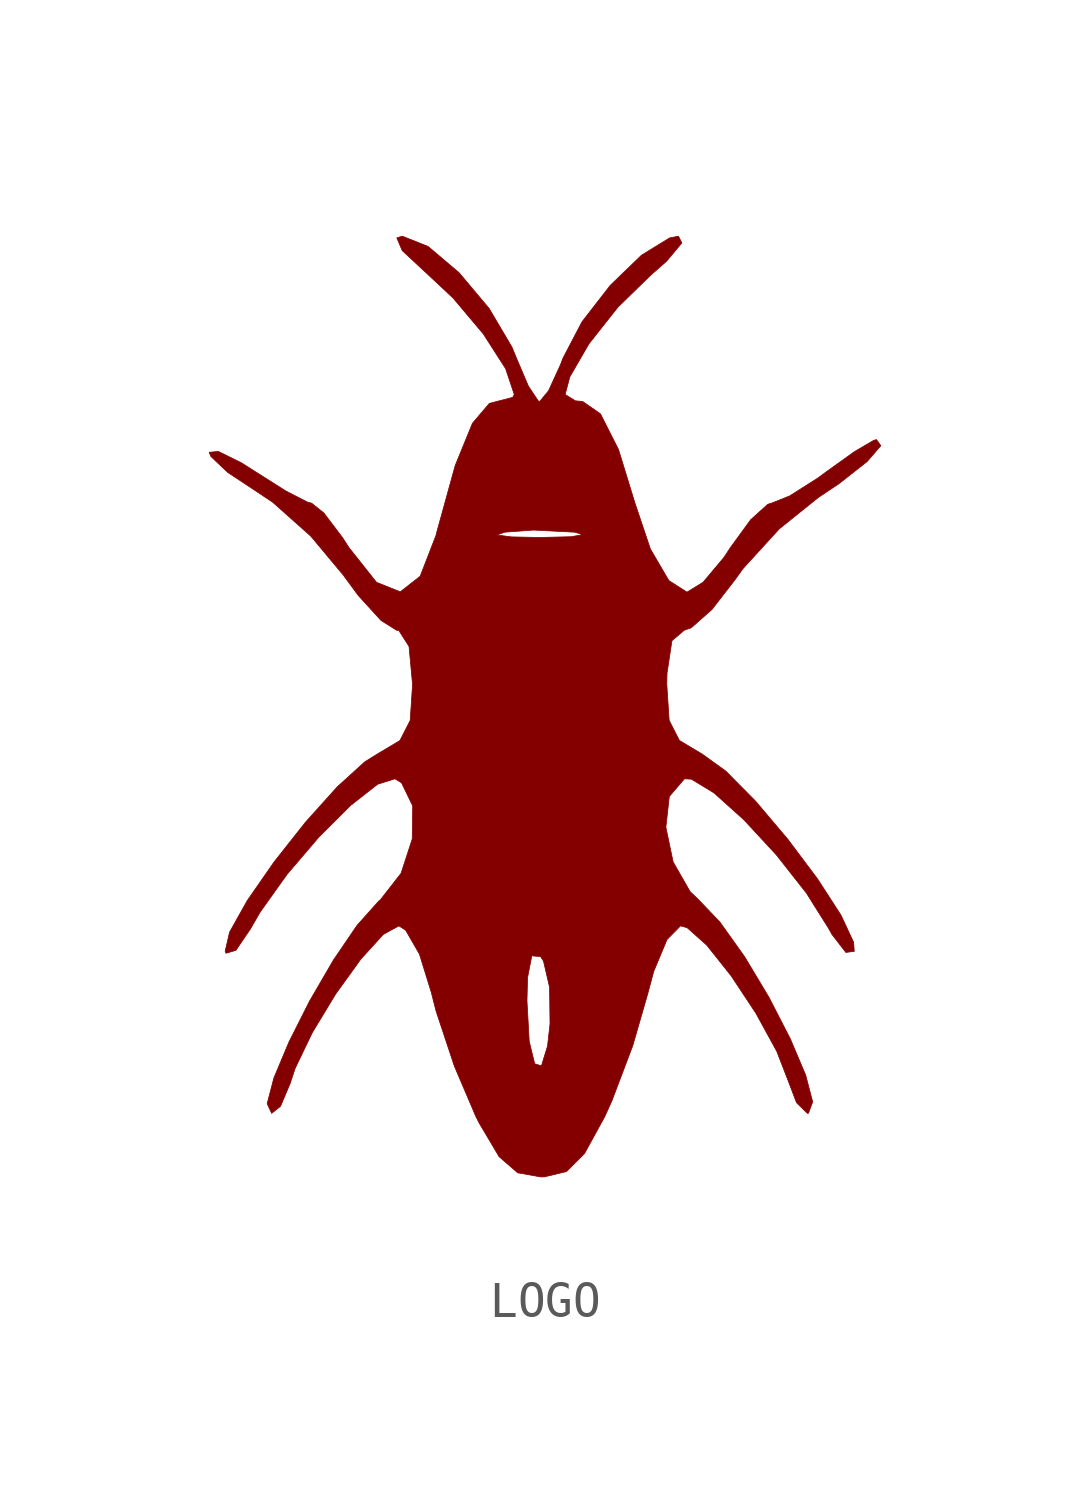
<source format=kicad_sym>
(kicad_symbol_lib
  (version 20220914)
  (generator bitmap2component)
  (symbol "LOGO"
    (pin_names
      (offset 1.016))
    (property "Reference" "#G"
      (at 0 17.252 0)
      (effects (font (size 1.27 1.27)) hide))
    (symbol "LOGO_0_0"
      (polyline (pts (xy 0.133 -13.235) (xy 0.755 -13.085) (xy 1.262 -12.578) (xy 1.825 -11.552) (xy 2.035 -11.089) (xy 2.619 -9.544) (xy 3.046 -8.064) (xy 3.209 -7.454) (xy 3.584 -6.555) (xy 3.962 -6.172) (xy 4.149 -6.223) (xy 4.701 -6.715) (xy 5.387 -7.577) (xy 6.085 -8.632) (xy 6.671 -9.701) (xy 7.021 -10.604) (xy 7.227 -11.146) (xy 7.533 -11.448) (xy 7.564 -11.445) (xy 7.682 -11.124) (xy 7.486 -10.373) (xy 7.049 -9.342) (xy 6.451 -8.181) (xy 5.766 -7.038) (xy 5.071 -6.064) (xy 4.443 -5.407) (xy 4.232 -5.207) (xy 3.755 -4.372) (xy 3.551 -3.395) (xy 3.648 -2.53) (xy 4.074 -2.033) (xy 4.267 -2.043) (xy 4.904 -2.429) (xy 5.747 -3.187) (xy 6.659 -4.173) (xy 7.504 -5.246) (xy 8.142 -6.261) (xy 8.225 -6.412) (xy 8.616 -6.919) (xy 8.852 -6.888) (xy 8.835 -6.635) (xy 8.482 -5.875) (xy 7.822 -4.854) (xy 6.98 -3.731) (xy 6.077 -2.664) (xy 5.236 -1.815) (xy 4.581 -1.343) (xy 4.578 -1.341) (xy 3.932 -0.954) (xy 3.643 -0.388) (xy 3.577 0.624) (xy 3.583 0.935) (xy 3.722 1.853) (xy 4.066 2.147) (xy 4.269 2.22) (xy 4.849 2.733) (xy 5.501 3.575) (xy 5.721 3.882) (xy 6.741 4.999) (xy 7.844 5.886) (xy 8.418 6.269) (xy 9.214 6.894) (xy 9.6 7.341) (xy 9.477 7.513) (xy 9.397 7.49) (xy 8.864 7.178) (xy 8.081 6.618) (xy 7.824 6.429) (xy 7.031 5.926) (xy 6.524 5.724) (xy 6.42 5.693) (xy 5.937 5.257) (xy 5.366 4.472) (xy 5.186 4.198) (xy 4.599 3.499) (xy 4.145 3.22) (xy 3.635 3.546) (xy 3.117 4.431) (xy 2.682 5.724) (xy 2.218 7.234) (xy 1.71 8.238) (xy 1.209 8.586) (xy 1.004 8.604) (xy 0.716 8.783) (xy 0.849 9.28) (xy 1.388 10.211) (xy 2.196 11.234) (xy 3.115 12.131) (xy 3.574 12.536) (xy 4.001 13.047) (xy 3.906 13.237) (xy 3.653 13.187) (xy 2.865 12.702) (xy 1.985 11.852) (xy 1.189 10.825) (xy 0.656 9.807) (xy 0.588 9.627) (xy 0.249 8.886) (xy 0 8.586) (xy -0.041 8.602) (xy -0.32 9.022) (xy -0.664 9.831) (xy -0.781 10.117) (xy -1.422 11.202) (xy -2.267 12.208) (xy -3.14 12.948) (xy -3.865 13.237) (xy -4.021 13.19) (xy -3.869 12.832) (xy -3.115 12.131) (xy -2.438 11.497) (xy -1.586 10.486) (xy -0.959 9.509) (xy -0.716 8.783) (xy -0.76 8.701) (xy -1.209 8.586) (xy -1.417 8.531) (xy -1.892 7.973) (xy -2.378 6.783) (xy -2.893 4.919) (xy -2.915 4.829) (xy -1.206 4.829) (xy -0.984 4.907) (xy -0.172 4.967) (xy 0.984 4.907) (xy 1.214 4.838) (xy 0.883 4.78) (xy 0 4.758) (xy -0.799 4.775) (xy -1.206 4.829) (xy -2.915 4.829) (xy -2.92 4.812) (xy -3.363 3.668) (xy -3.924 3.229) (xy -4.593 3.497) (xy -5.366 4.472) (xy -5.55 4.757) (xy -6.074 5.448) (xy -6.419 5.724) (xy -6.538 5.755) (xy -7.146 6.068) (xy -7.999 6.608) (xy -8.391 6.858) (xy -9.044 7.18) (xy -9.301 7.155) (xy -9.252 7.037) (xy -8.772 6.584) (xy -7.945 6.038) (xy -7.515 5.751) (xy -6.443 4.797) (xy -5.53 3.703) (xy -5.105 3.125) (xy -4.464 2.422) (xy -4.025 2.147) (xy -3.962 2.138) (xy -3.677 1.692) (xy -3.578 0.624) (xy -3.578 0.619) (xy -3.644 -0.39) (xy -3.933 -0.956) (xy -4.581 -1.343) (xy -4.922 -1.555) (xy -5.697 -2.26) (xy -6.589 -3.252) (xy -7.473 -4.371) (xy -8.227 -5.456) (xy -8.727 -6.348) (xy -8.852 -6.888) (xy -8.824 -6.942) (xy -8.548 -6.859) (xy -8.142 -6.261) (xy -7.865 -5.782) (xy -7.109 -4.721) (xy -6.214 -3.673) (xy -5.318 -2.78) (xy -4.559 -2.185) (xy -4.074 -2.033) (xy -3.888 -2.146) (xy -3.573 -2.797) (xy -3.587 -3.728) (xy -3.901 -4.692) (xy -4.484 -5.439) (xy -4.542 -5.488) (xy -5.138 -6.155) (xy -5.807 -7.138) (xy -6.473 -8.283) (xy -7.056 -9.439) (xy -7.481 -10.454) (xy -7.669 -11.174) (xy -7.543 -11.448) (xy -7.294 -11.249) (xy -7.021 -10.604) (xy -6.883 -10.184) (xy -6.399 -9.176) (xy -5.742 -8.091) (xy -5.035 -7.11) (xy -4.4 -6.411) (xy -3.962 -6.172) (xy -3.772 -6.294) (xy -3.384 -6.966) (xy -3.049 -8.049) (xy -2.991 -8.276) (xy -0.358 -8.276) (xy -0.341 -7.624) (xy -0.222 -7.016) (xy 0.023 -7.035) (xy 0.107 -7.162) (xy 0.278 -7.899) (xy 0.291 -8.929) (xy 0.221 -9.552) (xy 0.049 -10.113) (xy -0.141 -10.051) (xy -0.295 -9.42) (xy -0.358 -8.276) (xy -2.991 -8.276) (xy -2.917 -8.566) (xy -2.402 -10.117) (xy -1.796 -11.537) (xy -1.703 -11.721) (xy -1.141 -12.669) (xy -0.619 -13.121) (xy 0.032 -13.237) (xy 0.133 -13.235)) (stroke (width 0.01) (type default)) (fill (type outline))))))
</source>
